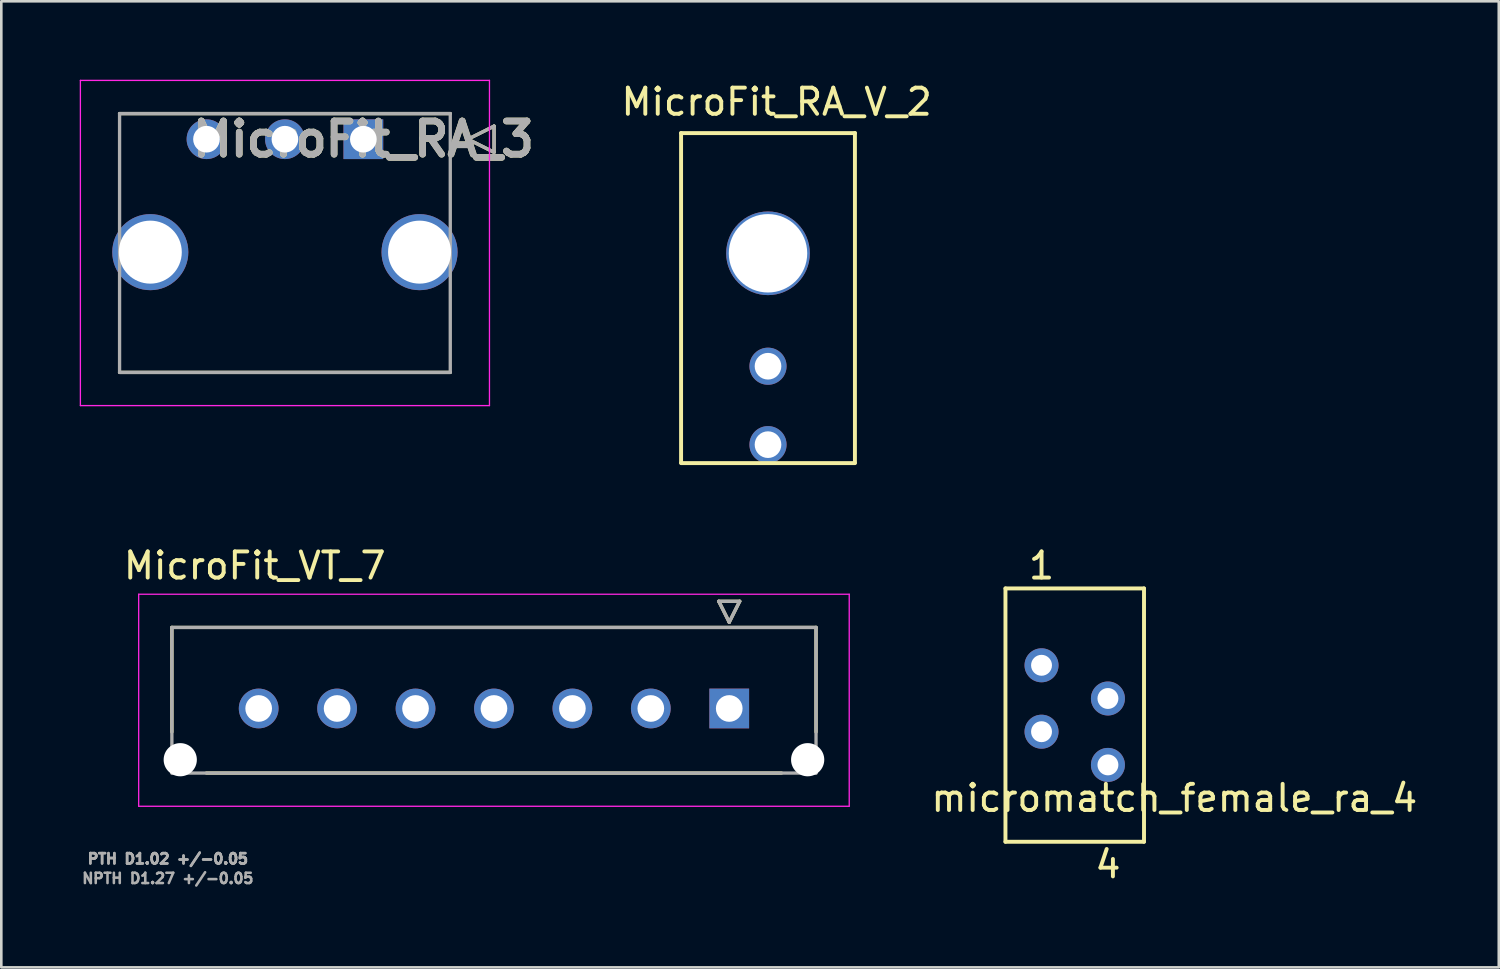
<source format=kicad_pcb>
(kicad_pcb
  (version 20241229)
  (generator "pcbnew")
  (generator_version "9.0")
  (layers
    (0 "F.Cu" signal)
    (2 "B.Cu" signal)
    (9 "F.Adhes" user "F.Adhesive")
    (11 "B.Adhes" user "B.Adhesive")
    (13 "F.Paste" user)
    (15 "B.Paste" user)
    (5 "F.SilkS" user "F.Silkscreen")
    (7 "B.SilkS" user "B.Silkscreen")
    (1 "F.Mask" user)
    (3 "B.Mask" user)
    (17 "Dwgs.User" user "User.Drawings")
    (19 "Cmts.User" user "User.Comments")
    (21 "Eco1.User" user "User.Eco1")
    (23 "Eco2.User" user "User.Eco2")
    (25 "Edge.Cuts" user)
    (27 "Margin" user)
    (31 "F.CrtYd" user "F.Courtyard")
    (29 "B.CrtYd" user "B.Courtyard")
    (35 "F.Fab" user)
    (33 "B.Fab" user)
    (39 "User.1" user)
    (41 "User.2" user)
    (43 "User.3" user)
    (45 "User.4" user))
  (footprint "MicroFit_RA_V_2"
    (layer "F.Cu")
    (at 26.328 6.639)
    (property "Reference" "MicroFit_RA_V_2" (at 0.33 -5.791 0) (layer "F.SilkS") (effects (font (size 1 1) (thickness 0.15))))
    (attr through_hole)
    (fp_line (start -3.327 -4.597) (end 3.327 -4.597) (stroke (width 0.15) (type solid)) (layer "F.SilkS"))
    (fp_line (start -3.327 8.026) (end 3.327 8.026) (stroke (width 0.15) (type solid)) (layer "F.SilkS"))
    (fp_line (start -3.325 -4.6) (end -3.325 8) (stroke (width 0.15) (type solid)) (layer "F.SilkS"))
    (fp_line (start 3.325 8) (end 3.325 -4.6) (stroke (width 0.15) (type solid)) (layer "F.SilkS"))
    (pad "" thru_hole circle (at 0 0) (size 3.2 3.2) (drill 3) (layers "*.Cu" "*.Mask"))
    (pad "1" thru_hole circle (at 0 4.32) (size 1.42 1.42) (drill 1.02) (layers "*.Cu" "*.Mask"))
    (pad "2" thru_hole circle (at 0 7.32) (size 1.42 1.42) (drill 1.02) (layers "*.Cu" "*.Mask")))
  (footprint "MicroFit_VT_7"
    (layer "F.Cu")
    (at 24.845 24.051)
    (property "Reference" "MicroFit_VT_7" (at -18.15 -5.462 0) (layer "F.SilkS") (effects (font (size 1 1) (thickness 0.15))))
    (attr through_hole)
    (fp_circle (center -21 1.96) (end -20.644 1.96) (stroke (width 0.711) (type solid)) (fill no) (layer "F.Mask"))
    (fp_circle (center -18 0) (end -17.582 0) (stroke (width 0.836) (type solid)) (fill no) (layer "F.Mask"))
    (fp_circle (center -15 0) (end -14.582 0) (stroke (width 0.836) (type solid)) (fill no) (layer "F.Mask"))
    (fp_circle (center -12 0) (end -11.582 0) (stroke (width 0.836) (type solid)) (fill no) (layer "F.Mask"))
    (fp_circle (center -9 0) (end -8.582 0) (stroke (width 0.836) (type solid)) (fill no) (layer "F.Mask"))
    (fp_circle (center -6 0) (end -5.582 0) (stroke (width 0.836) (type solid)) (fill no) (layer "F.Mask"))
    (fp_circle (center -3 0) (end -2.582 0) (stroke (width 0.836) (type solid)) (fill no) (layer "F.Mask"))
    (fp_circle (center 3 1.96) (end 3.356 1.96) (stroke (width 0.711) (type solid)) (fill no) (layer "F.Mask"))
    (fp_poly (pts (xy -0.836 -0.836) (xy 0.836 -0.836) (xy 0.836 0.836) (xy -0.836 0.836)) (stroke (width 0.01) (type solid)) (fill yes) (layer "F.Mask"))
    (fp_circle (center -21 1.96) (end -20.644 1.96) (stroke (width 0.711) (type solid)) (fill no) (layer "B.Mask"))
    (fp_circle (center -18 0) (end -17.582 0) (stroke (width 0.836) (type solid)) (fill no) (layer "B.Mask"))
    (fp_circle (center -15 0) (end -14.582 0) (stroke (width 0.836) (type solid)) (fill no) (layer "B.Mask"))
    (fp_circle (center -12 0) (end -11.582 0) (stroke (width 0.836) (type solid)) (fill no) (layer "B.Mask"))
    (fp_circle (center -9 0) (end -8.582 0) (stroke (width 0.836) (type solid)) (fill no) (layer "B.Mask"))
    (fp_circle (center -6 0) (end -5.582 0) (stroke (width 0.836) (type solid)) (fill no) (layer "B.Mask"))
    (fp_circle (center -3 0) (end -2.582 0) (stroke (width 0.836) (type solid)) (fill no) (layer "B.Mask"))
    (fp_circle (center 3 1.96) (end 3.356 1.96) (stroke (width 0.711) (type solid)) (fill no) (layer "B.Mask"))
    (fp_poly (pts (xy -0.836 -0.836) (xy 0.836 -0.836) (xy 0.836 0.836) (xy -0.836 0.836)) (stroke (width 0.01) (type solid)) (fill yes) (layer "B.Mask"))
    (fp_line (start -21.32 -3.1) (end -21.32 0.9) (stroke (width 0.127) (type solid)) (layer "F.SilkS"))
    (fp_line (start -21.32 -3.1) (end 3.32 -3.1) (stroke (width 0.127) (type solid)) (layer "F.SilkS"))
    (fp_line (start -0.4 -4.1) (end 0.4 -4.1) (stroke (width 0.127) (type solid)) (layer "F.SilkS"))
    (fp_line (start 0 -3.3) (end -0.4 -4.1) (stroke (width 0.127) (type solid)) (layer "F.SilkS"))
    (fp_line (start 0.4 -4.1) (end 0 -3.3) (stroke (width 0.127) (type solid)) (layer "F.SilkS"))
    (fp_line (start 2 2.47) (end -20 2.47) (stroke (width 0.127) (type solid)) (layer "F.SilkS"))
    (fp_line (start 3.32 -3.1) (end 3.32 0.9) (stroke (width 0.127) (type solid)) (layer "F.SilkS"))
    (fp_line (start -22.59 -4.37) (end 4.59 -4.37) (stroke (width 0.05) (type solid)) (layer "F.CrtYd"))
    (fp_line (start -22.59 3.74) (end -22.59 -4.37) (stroke (width 0.05) (type solid)) (layer "F.CrtYd"))
    (fp_line (start 4.59 3.74) (end -22.59 3.74) (stroke (width 0.05) (type solid)) (layer "F.CrtYd"))
    (fp_line (start 4.59 3.74) (end 4.59 -4.37) (stroke (width 0.05) (type solid)) (layer "F.CrtYd"))
    (fp_line (start -21.32 -3.1) (end 3.32 -3.1) (stroke (width 0.127) (type solid)) (layer "F.Fab"))
    (fp_line (start -21.32 2.47) (end -21.32 -3.1) (stroke (width 0.127) (type solid)) (layer "F.Fab"))
    (fp_line (start -0.4 -4.1) (end 0.4 -4.1) (stroke (width 0.127) (type solid)) (layer "F.Fab"))
    (fp_line (start 0 -3.3) (end -0.4 -4.1) (stroke (width 0.127) (type solid)) (layer "F.Fab"))
    (fp_line (start 0.4 -4.1) (end 0 -3.3) (stroke (width 0.127) (type solid)) (layer "F.Fab"))
    (fp_line (start 3.32 2.47) (end -21.32 2.47) (stroke (width 0.127) (type solid)) (layer "F.Fab"))
    (fp_line (start 3.32 2.47) (end 3.32 -3.1) (stroke (width 0.127) (type solid)) (layer "F.Fab"))
    (fp_text user "PTH D1.02 +/-0.05 " (at -21.325 5.75 0) (layer "F.Fab") (effects (font (size 0.394 0.394) (thickness 0.15))))
    (fp_text user "NPTH D1.27 +/-0.05 " (at -21.325 6.5 0) (layer "F.Fab") (effects (font (size 0.394 0.394) (thickness 0.15))))
    (fp_text user "PTH D1.02 +/-0.05 " (at -21.325 5.75 0) (layer "F.Fab") (effects (font (size 0.394 0.394) (thickness 0.15))))
    (pad "" np_thru_hole circle (at -21 1.96) (size 1.27 1.27) (drill 1.27) (layers "*.Cu" "*.Mask"))
    (pad "" np_thru_hole circle (at 3 1.96) (size 1.27 1.27) (drill 1.27) (layers "*.Cu" "*.Mask"))
    (pad "1" thru_hole rect (at 0 0) (size 1.52 1.52) (drill 1.02) (layers "*.Cu"))
    (pad "2" thru_hole circle (at -3 0) (size 1.52 1.52) (drill 1.02) (layers "*.Cu"))
    (pad "3" thru_hole circle (at -6 0) (size 1.52 1.52) (drill 1.02) (layers "*.Cu"))
    (pad "4" thru_hole circle (at -9 0) (size 1.52 1.52) (drill 1.02) (layers "*.Cu"))
    (pad "5" thru_hole circle (at -12 0) (size 1.52 1.52) (drill 1.02) (layers "*.Cu"))
    (pad "6" thru_hole circle (at -15 0) (size 1.52 1.52) (drill 1.02) (layers "*.Cu"))
    (pad "7" thru_hole circle (at -18 0) (size 1.52 1.52) (drill 1.02) (layers "*.Cu")))
  (footprint "MicroFit_RA_3"
    (layer "F.Cu")
    (at 10.849 2.275)
    (property "Reference" "MicroFit_RA_3" (at 0 0 0) (layer "F.SilkS") (effects (font (size 1.27 1.27) (thickness 0.254))))
    (attr through_hole)
    (fp_line (start -9.325 -0.98) (end 3.325 -0.98) (stroke (width 0.127) (type solid)) (layer "F.SilkS"))
    (fp_line (start 3.325 8.92) (end -9.325 8.92) (stroke (width 0.127) (type solid)) (layer "F.SilkS"))
    (fp_line (start 4 0) (end 5 -0.5) (stroke (width 0.127) (type solid)) (layer "F.SilkS"))
    (fp_line (start 5 -0.5) (end 5 0.5) (stroke (width 0.127) (type solid)) (layer "F.SilkS"))
    (fp_line (start 5 0.5) (end 4 0) (stroke (width 0.127) (type solid)) (layer "F.SilkS"))
    (fp_line (start -10.824 -2.25) (end 4.824 -2.25) (stroke (width 0.05) (type solid)) (layer "F.CrtYd"))
    (fp_line (start -10.824 10.19) (end -10.824 -2.25) (stroke (width 0.05) (type solid)) (layer "F.CrtYd"))
    (fp_line (start 4.824 -2.25) (end 4.824 10.19) (stroke (width 0.05) (type solid)) (layer "F.CrtYd"))
    (fp_line (start 4.824 10.19) (end -10.824 10.19) (stroke (width 0.05) (type solid)) (layer "F.CrtYd"))
    (fp_line (start -9.325 -0.98) (end 3.325 -0.98) (stroke (width 0.127) (type solid)) (layer "F.Fab"))
    (fp_line (start -9.325 8.92) (end -9.325 -0.98) (stroke (width 0.127) (type solid)) (layer "F.Fab"))
    (fp_line (start 3.325 -0.98) (end 3.325 8.92) (stroke (width 0.127) (type solid)) (layer "F.Fab"))
    (fp_line (start 3.325 8.92) (end -9.325 8.92) (stroke (width 0.127) (type solid)) (layer "F.Fab"))
    (fp_line (start 4 0) (end 5 -0.5) (stroke (width 0.127) (type solid)) (layer "F.Fab"))
    (fp_line (start 5 -0.5) (end 5 0.5) (stroke (width 0.127) (type solid)) (layer "F.Fab"))
    (fp_line (start 5 0.5) (end 4 0) (stroke (width 0.127) (type solid)) (layer "F.Fab"))
    (fp_text user "${REFERENCE}" (at 0 0 0) (layer "F.Fab") (effects (font (size 1.27 1.27) (thickness 0.254))))
    (pad "1" thru_hole rect (at 0 0) (size 1.52 1.52) (drill 1.02) (layers "*.Cu" "*.Mask"))
    (pad "2" thru_hole circle (at -3 0) (size 1.52 1.52) (drill 1.02) (layers "*.Cu" "*.Mask"))
    (pad "3" thru_hole circle (at -6 0) (size 1.52 1.52) (drill 1.02) (layers "*.Cu" "*.Mask"))
    (pad "4" thru_hole circle (at 2.15 4.32) (size 2.91 2.91) (drill 2.41) (layers "*.Cu" "*.Mask"))
    (pad "5" thru_hole circle (at -8.15 4.32) (size 2.91 2.91) (drill 2.41) (layers "*.Cu" "*.Mask")))
  (footprint "micromatch_female_ra_4"
    (layer "F.Cu")
    (at 36.791 27.479)
    (property "Reference" "micromatch_female_ra_4" (at 5.08 0 0) (layer "F.SilkS") (effects (font (size 1 1) (thickness 0.15))))
    (attr through_hole)
    (fp_line (start -1.38 -8.02) (end 3.92 -8.02) (stroke (width 0.15) (type solid)) (layer "F.SilkS"))
    (fp_line (start -1.38 1.67) (end -1.38 -8.02) (stroke (width 0.15) (type solid)) (layer "F.SilkS"))
    (fp_line (start -1.38 1.67) (end 3.92 1.67) (stroke (width 0.15) (type solid)) (layer "F.SilkS"))
    (fp_line (start 3.92 1.67) (end 3.92 -8.02) (stroke (width 0.15) (type solid)) (layer "F.SilkS"))
    (fp_text user "1" (at 0 -8.89 0) (layer "F.SilkS") (effects (font (size 1 1) (thickness 0.15))))
    (fp_text user "4" (at 2.54 2.54 0) (layer "F.SilkS") (effects (font (size 1 1) (thickness 0.15))))
    (pad "1" thru_hole circle (at 0 -5.08) (size 1.3 1.3) (drill 0.8) (layers "*.Cu" "*.Mask"))
    (pad "2" thru_hole circle (at 2.54 -3.81) (size 1.3 1.3) (drill 0.8) (layers "*.Cu" "*.Mask"))
    (pad "3" thru_hole circle (at 0 -2.54) (size 1.3 1.3) (drill 0.8) (layers "*.Cu" "*.Mask"))
    (pad "4" thru_hole circle (at 2.54 -1.27) (size 1.3 1.3) (drill 0.8) (layers "*.Cu" "*.Mask")))
  (gr_rect
    (start -3 -3)
    (end 54.282 33.954)
    (stroke (width 0.1) (type default))
    (fill no)
    (layer "Edge.Cuts")))
</source>
